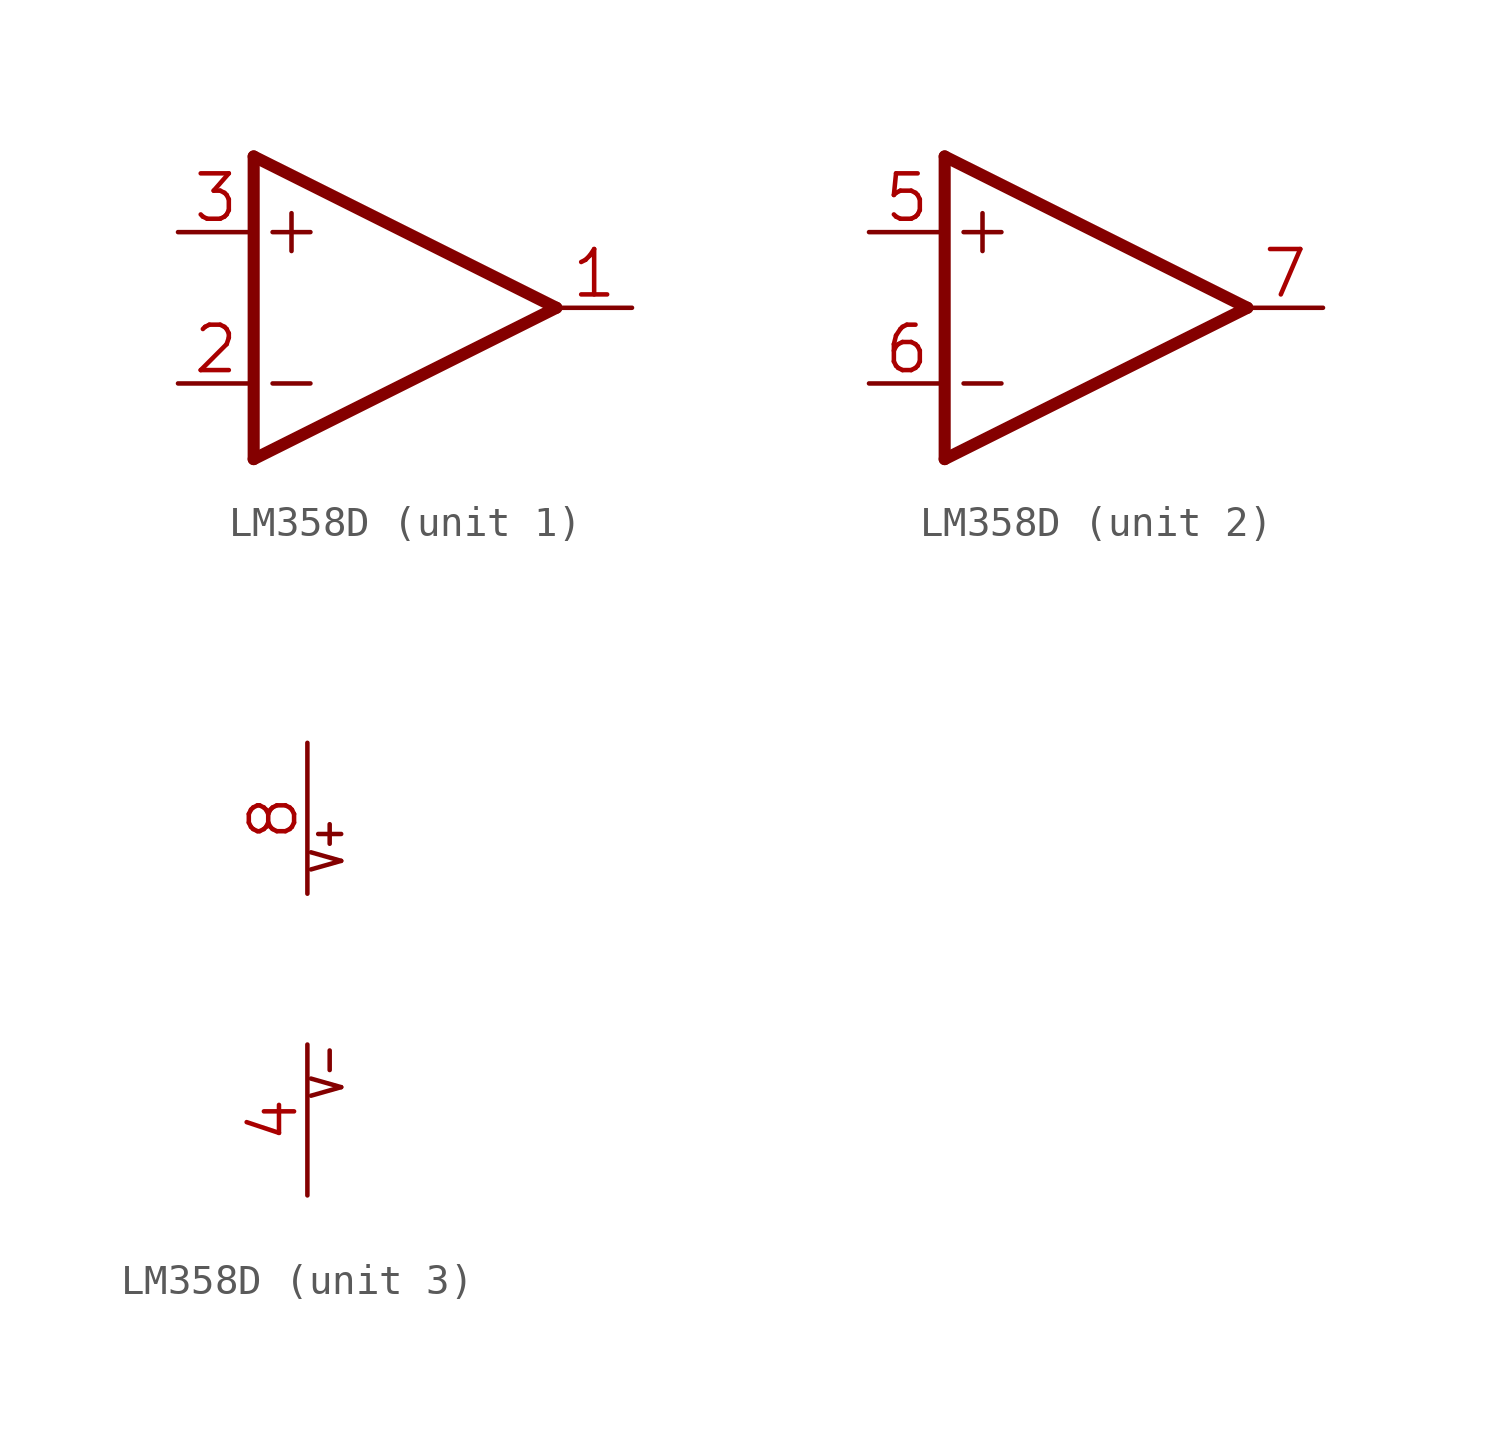
<source format=kicad_sym>
(kicad_symbol_lib
  (version 20241209)
  (generator "kicad_symbol_editor")
  (generator_version "9.0")
  (symbol "LM358D"
    (property "Reference" "IC"
      (at 2.54 3.175 0)
      (effects (font (size 1.626 1.382)) (justify left bottom) (hide yes)))
    (property "ki_locked" ""
      (at 0 0 0)
      (effects (font (size 1.27 1.27))))
    (symbol "LM358D_1_0"
      (polyline (pts (xy -5.08 5.08) (xy -5.08 -5.08)) (stroke (width 0.406) (type solid)) (fill (type none)))
      (polyline (pts (xy -5.08 -5.08) (xy 5.08 0)) (stroke (width 0.406) (type solid)) (fill (type none)))
      (polyline (pts (xy -4.445 2.54) (xy -3.175 2.54)) (stroke (width 0.152) (type solid)) (fill (type none)))
      (polyline (pts (xy -4.445 -2.54) (xy -3.175 -2.54)) (stroke (width 0.152) (type solid)) (fill (type none)))
      (polyline (pts (xy -3.81 3.175) (xy -3.81 1.905)) (stroke (width 0.152) (type solid)) (fill (type none)))
      (polyline (pts (xy 5.08 0) (xy -5.08 5.08)) (stroke (width 0.406) (type solid)) (fill (type none)))
      (pin input line (at -7.62 2.54 0) (length 2.54) (name "+IN" (effects (font (size 0 0)))) (number "3" (effects (font (size 1.524 1.524)))))
      (pin input line (at -7.62 -2.54 0) (length 2.54) (name "-IN" (effects (font (size 0 0)))) (number "2" (effects (font (size 1.524 1.524)))))
      (pin output line (at 7.62 0 180) (length 2.54) (name "OUT" (effects (font (size 0 0)))) (number "1" (effects (font (size 1.524 1.524))))))
    (symbol "LM358D_2_0"
      (polyline (pts (xy -5.08 5.08) (xy -5.08 -5.08)) (stroke (width 0.406) (type solid)) (fill (type none)))
      (polyline (pts (xy -5.08 -5.08) (xy 5.08 0)) (stroke (width 0.406) (type solid)) (fill (type none)))
      (polyline (pts (xy -4.445 2.54) (xy -3.175 2.54)) (stroke (width 0.152) (type solid)) (fill (type none)))
      (polyline (pts (xy -4.445 -2.54) (xy -3.175 -2.54)) (stroke (width 0.152) (type solid)) (fill (type none)))
      (polyline (pts (xy -3.81 3.175) (xy -3.81 1.905)) (stroke (width 0.152) (type solid)) (fill (type none)))
      (polyline (pts (xy 5.08 0) (xy -5.08 5.08)) (stroke (width 0.406) (type solid)) (fill (type none)))
      (pin input line (at -7.62 2.54 0) (length 2.54) (name "+IN" (effects (font (size 0 0)))) (number "5" (effects (font (size 1.524 1.524)))))
      (pin input line (at -7.62 -2.54 0) (length 2.54) (name "-IN" (effects (font (size 0 0)))) (number "6" (effects (font (size 1.524 1.524)))))
      (pin output line (at 7.62 0 180) (length 2.54) (name "OUT" (effects (font (size 0 0)))) (number "7" (effects (font (size 1.524 1.524))))))
    (symbol "LM358D_3_0"
      (text "V+" (at 1.27 3.175 900) (effects (font (size 1.016 0.864)) (justify left bottom)))
      (text "V-" (at 1.27 -4.445 900) (effects (font (size 1.016 0.864)) (justify left bottom)))
      (pin power_in line (at 0 7.62 270) (length 5.08) (name "V+" (effects (font (size 0 0)))) (number "8" (effects (font (size 1.524 1.524)))))
      (pin power_in line (at 0 -7.62 90) (length 5.08) (name "V-" (effects (font (size 0 0)))) (number "4" (effects (font (size 1.524 1.524))))))))
</source>
